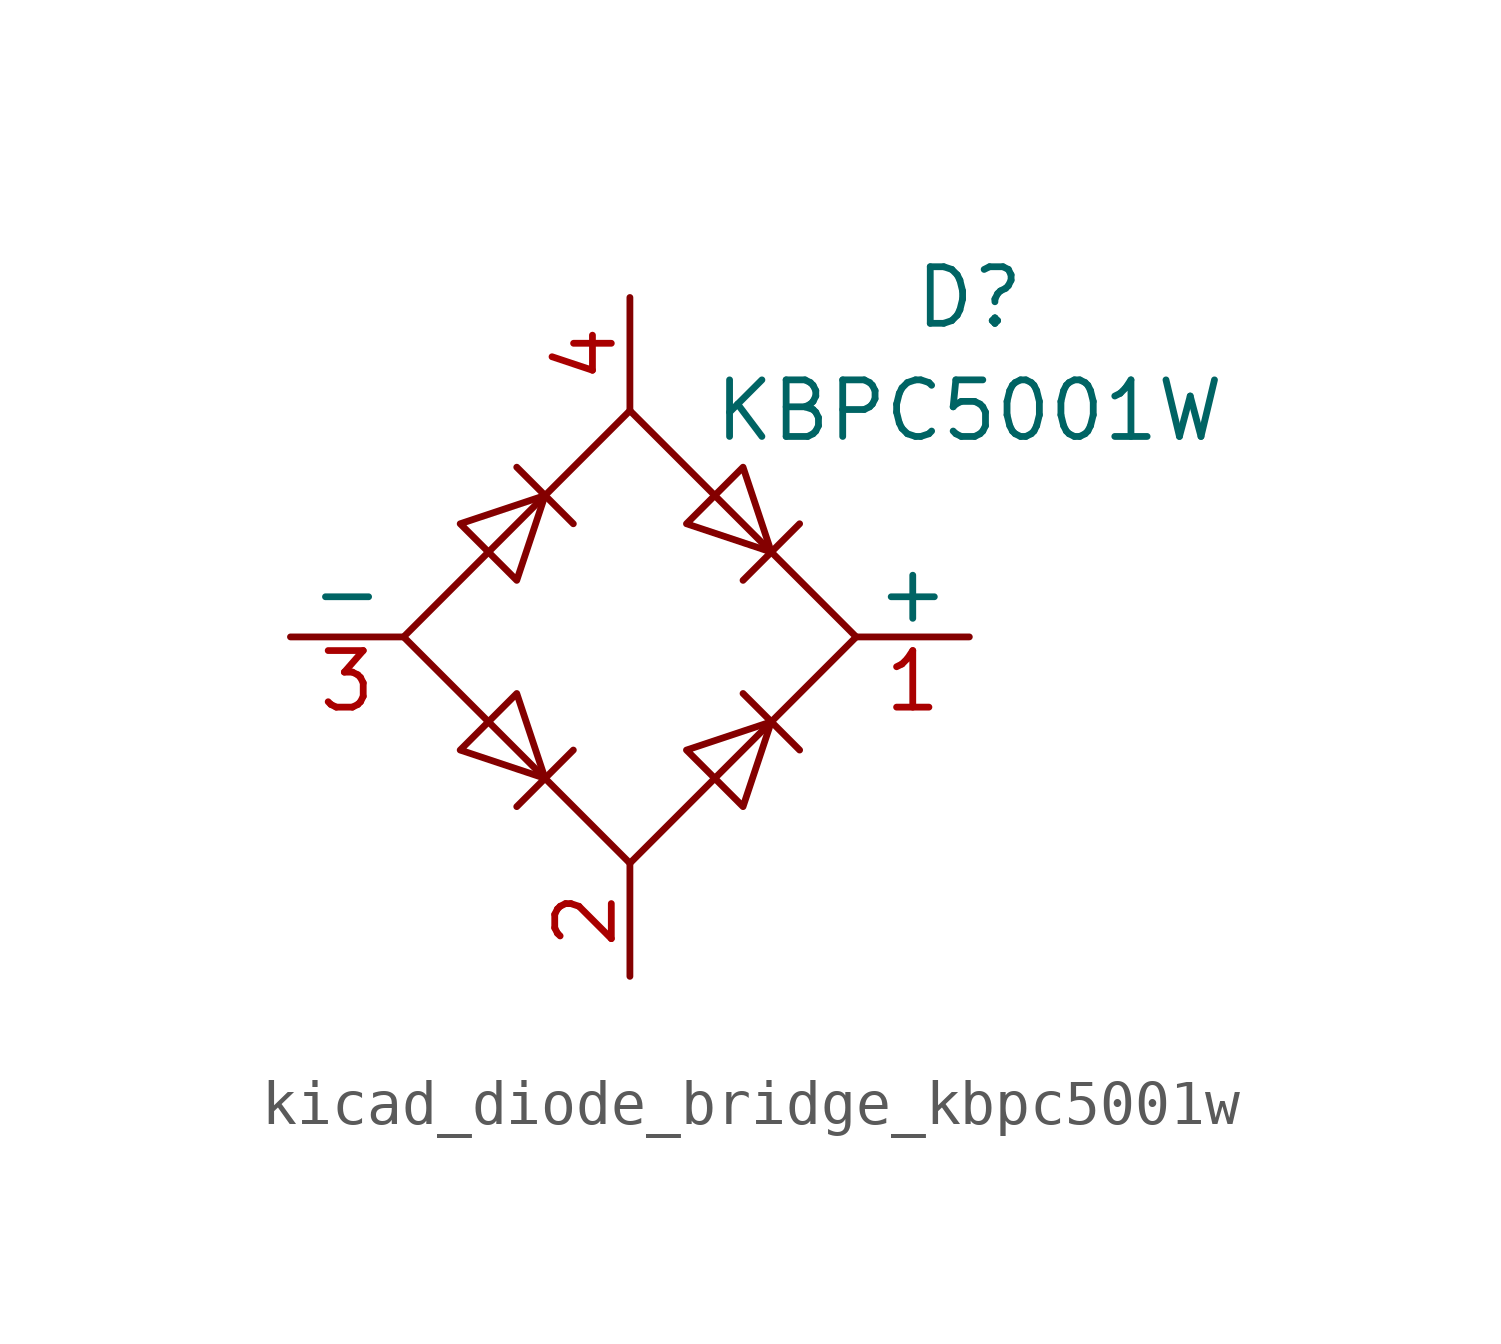
<source format=kicad_sym>
(kicad_symbol_lib
  (version 20220914)
  (generator kicad_symbol_editor)
  (symbol "kicad_diode_bridge_kbpc5001w"
    (pin_names
      (offset 0))
    (property "Reference" "D"
      (at 7.62 7.62 0)
      (effects (font (size 1.27 1.27))))
    (property "Value" "KBPC5001W"
      (at 7.62 5.08 0)
      (effects (font (size 1.27 1.27))))
    (symbol "kicad_diode_bridge_kbpc5001w_0_1"
      (polyline (pts (xy -2.54 3.81) (xy -1.27 2.54)) (stroke (width 0) (type default)) (fill (type none)))
      (polyline (pts (xy -1.27 -2.54) (xy -2.54 -3.81)) (stroke (width 0) (type default)) (fill (type none)))
      (polyline (pts (xy 2.54 -1.27) (xy 3.81 -2.54)) (stroke (width 0) (type default)) (fill (type none)))
      (polyline (pts (xy 2.54 1.27) (xy 3.81 2.54)) (stroke (width 0) (type default)) (fill (type none)))
      (polyline (pts (xy -3.81 2.54) (xy -2.54 1.27) (xy -1.905 3.175) (xy -3.81 2.54)) (stroke (width 0) (type default)) (fill (type none)))
      (polyline (pts (xy -2.54 -1.27) (xy -3.81 -2.54) (xy -1.905 -3.175) (xy -2.54 -1.27)) (stroke (width 0) (type default)) (fill (type none)))
      (polyline (pts (xy 1.27 2.54) (xy 2.54 3.81) (xy 3.175 1.905) (xy 1.27 2.54)) (stroke (width 0) (type default)) (fill (type none)))
      (polyline (pts (xy 3.175 -1.905) (xy 1.27 -2.54) (xy 2.54 -3.81) (xy 3.175 -1.905)) (stroke (width 0) (type default)) (fill (type none)))
      (polyline (pts (xy -5.08 0) (xy 0 -5.08) (xy 5.08 0) (xy 0 5.08) (xy -5.08 0)) (stroke (width 0) (type default)) (fill (type none))))
    (symbol "kicad_diode_bridge_kbpc5001w_1_1"
      (pin passive line (at 7.62 0 180) (length 2.54) (name "+" (effects (font (size 1.27 1.27)))) (number "1" (effects (font (size 1.27 1.27)))))
      (pin passive line (at 0 -7.62 90) (length 2.54) (name "~" (effects (font (size 1.27 1.27)))) (number "2" (effects (font (size 1.27 1.27)))))
      (pin passive line (at -7.62 0 0) (length 2.54) (name "-" (effects (font (size 1.27 1.27)))) (number "3" (effects (font (size 1.27 1.27)))))
      (pin passive line (at 0 7.62 270) (length 2.54) (name "~" (effects (font (size 1.27 1.27)))) (number "4" (effects (font (size 1.27 1.27))))))))
</source>
